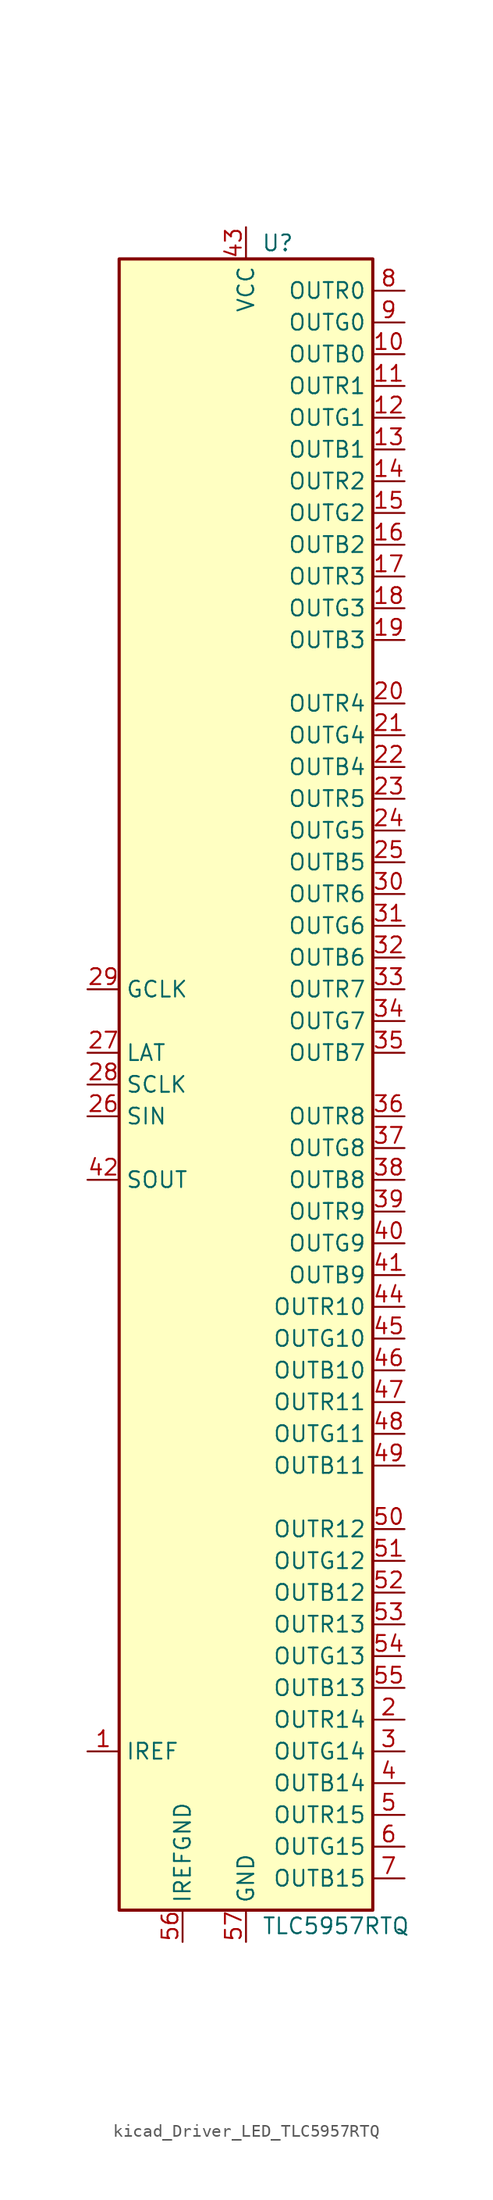
<source format=kicad_sym>
(kicad_symbol_lib
  (version 20220914)
  (generator kicad_symbol_editor)
  (symbol "kicad_Driver_LED_TLC5957RTQ"
    (property "Reference" "U"
      (at 2.54 67.31 0)
      (effects (font (size 1.27 1.27))))
    (property "Value" "TLC5957RTQ"
      (at 1.27 -67.31 0)
      (effects (font (size 1.27 1.27)) (justify left)))
    (symbol "kicad_Driver_LED_TLC5957RTQ_0_1"
      (rectangle (start -10.16 66.04) (end 10.16 -66.04) (stroke (width 0.254) (type default)) (fill (type background)))
      (pin passive line (at -12.7 -53.34 0) (length 2.54) (name "IREF" (effects (font (size 1.27 1.27)))) (number "1" (effects (font (size 1.27 1.27)))))
      (pin open_collector line (at 12.7 58.42 180) (length 2.54) (name "OUTB0" (effects (font (size 1.27 1.27)))) (number "10" (effects (font (size 1.27 1.27)))))
      (pin open_collector line (at 12.7 55.88 180) (length 2.54) (name "OUTR1" (effects (font (size 1.27 1.27)))) (number "11" (effects (font (size 1.27 1.27)))))
      (pin open_collector line (at 12.7 53.34 180) (length 2.54) (name "OUTG1" (effects (font (size 1.27 1.27)))) (number "12" (effects (font (size 1.27 1.27)))))
      (pin open_collector line (at 12.7 50.8 180) (length 2.54) (name "OUTB1" (effects (font (size 1.27 1.27)))) (number "13" (effects (font (size 1.27 1.27)))))
      (pin open_collector line (at 12.7 48.26 180) (length 2.54) (name "OUTR2" (effects (font (size 1.27 1.27)))) (number "14" (effects (font (size 1.27 1.27)))))
      (pin open_collector line (at 12.7 45.72 180) (length 2.54) (name "OUTG2" (effects (font (size 1.27 1.27)))) (number "15" (effects (font (size 1.27 1.27)))))
      (pin open_collector line (at 12.7 43.18 180) (length 2.54) (name "OUTB2" (effects (font (size 1.27 1.27)))) (number "16" (effects (font (size 1.27 1.27)))))
      (pin open_collector line (at 12.7 40.64 180) (length 2.54) (name "OUTR3" (effects (font (size 1.27 1.27)))) (number "17" (effects (font (size 1.27 1.27)))))
      (pin open_collector line (at 12.7 38.1 180) (length 2.54) (name "OUTG3" (effects (font (size 1.27 1.27)))) (number "18" (effects (font (size 1.27 1.27)))))
      (pin open_collector line (at 12.7 35.56 180) (length 2.54) (name "OUTB3" (effects (font (size 1.27 1.27)))) (number "19" (effects (font (size 1.27 1.27)))))
      (pin open_collector line (at 12.7 -50.8 180) (length 2.54) (name "OUTR14" (effects (font (size 1.27 1.27)))) (number "2" (effects (font (size 1.27 1.27)))))
      (pin open_collector line (at 12.7 30.48 180) (length 2.54) (name "OUTR4" (effects (font (size 1.27 1.27)))) (number "20" (effects (font (size 1.27 1.27)))))
      (pin open_collector line (at 12.7 27.94 180) (length 2.54) (name "OUTG4" (effects (font (size 1.27 1.27)))) (number "21" (effects (font (size 1.27 1.27)))))
      (pin open_collector line (at 12.7 25.4 180) (length 2.54) (name "OUTB4" (effects (font (size 1.27 1.27)))) (number "22" (effects (font (size 1.27 1.27)))))
      (pin open_collector line (at 12.7 22.86 180) (length 2.54) (name "OUTR5" (effects (font (size 1.27 1.27)))) (number "23" (effects (font (size 1.27 1.27)))))
      (pin open_collector line (at 12.7 20.32 180) (length 2.54) (name "OUTG5" (effects (font (size 1.27 1.27)))) (number "24" (effects (font (size 1.27 1.27)))))
      (pin open_collector line (at 12.7 17.78 180) (length 2.54) (name "OUTB5" (effects (font (size 1.27 1.27)))) (number "25" (effects (font (size 1.27 1.27)))))
      (pin input line (at -12.7 -2.54 0) (length 2.54) (name "SIN" (effects (font (size 1.27 1.27)))) (number "26" (effects (font (size 1.27 1.27)))))
      (pin input line (at -12.7 2.54 0) (length 2.54) (name "LAT" (effects (font (size 1.27 1.27)))) (number "27" (effects (font (size 1.27 1.27)))))
      (pin input line (at -12.7 0 0) (length 2.54) (name "SCLK" (effects (font (size 1.27 1.27)))) (number "28" (effects (font (size 1.27 1.27)))))
      (pin input line (at -12.7 7.62 0) (length 2.54) (name "GCLK" (effects (font (size 1.27 1.27)))) (number "29" (effects (font (size 1.27 1.27)))))
      (pin open_collector line (at 12.7 -53.34 180) (length 2.54) (name "OUTG14" (effects (font (size 1.27 1.27)))) (number "3" (effects (font (size 1.27 1.27)))))
      (pin open_collector line (at 12.7 15.24 180) (length 2.54) (name "OUTR6" (effects (font (size 1.27 1.27)))) (number "30" (effects (font (size 1.27 1.27)))))
      (pin open_collector line (at 12.7 12.7 180) (length 2.54) (name "OUTG6" (effects (font (size 1.27 1.27)))) (number "31" (effects (font (size 1.27 1.27)))))
      (pin open_collector line (at 12.7 10.16 180) (length 2.54) (name "OUTB6" (effects (font (size 1.27 1.27)))) (number "32" (effects (font (size 1.27 1.27)))))
      (pin open_collector line (at 12.7 7.62 180) (length 2.54) (name "OUTR7" (effects (font (size 1.27 1.27)))) (number "33" (effects (font (size 1.27 1.27)))))
      (pin open_collector line (at 12.7 5.08 180) (length 2.54) (name "OUTG7" (effects (font (size 1.27 1.27)))) (number "34" (effects (font (size 1.27 1.27)))))
      (pin open_collector line (at 12.7 2.54 180) (length 2.54) (name "OUTB7" (effects (font (size 1.27 1.27)))) (number "35" (effects (font (size 1.27 1.27)))))
      (pin open_collector line (at 12.7 -2.54 180) (length 2.54) (name "OUTR8" (effects (font (size 1.27 1.27)))) (number "36" (effects (font (size 1.27 1.27)))))
      (pin open_collector line (at 12.7 -5.08 180) (length 2.54) (name "OUTG8" (effects (font (size 1.27 1.27)))) (number "37" (effects (font (size 1.27 1.27)))))
      (pin open_collector line (at 12.7 -7.62 180) (length 2.54) (name "OUTB8" (effects (font (size 1.27 1.27)))) (number "38" (effects (font (size 1.27 1.27)))))
      (pin open_collector line (at 12.7 -10.16 180) (length 2.54) (name "OUTR9" (effects (font (size 1.27 1.27)))) (number "39" (effects (font (size 1.27 1.27)))))
      (pin open_collector line (at 12.7 -55.88 180) (length 2.54) (name "OUTB14" (effects (font (size 1.27 1.27)))) (number "4" (effects (font (size 1.27 1.27)))))
      (pin open_collector line (at 12.7 -12.7 180) (length 2.54) (name "OUTG9" (effects (font (size 1.27 1.27)))) (number "40" (effects (font (size 1.27 1.27)))))
      (pin open_collector line (at 12.7 -15.24 180) (length 2.54) (name "OUTB9" (effects (font (size 1.27 1.27)))) (number "41" (effects (font (size 1.27 1.27)))))
      (pin power_in line (at 0 68.58 270) (length 2.54) (name "VCC" (effects (font (size 1.27 1.27)))) (number "43" (effects (font (size 1.27 1.27)))))
      (pin open_collector line (at 12.7 -17.78 180) (length 2.54) (name "OUTR10" (effects (font (size 1.27 1.27)))) (number "44" (effects (font (size 1.27 1.27)))))
      (pin open_collector line (at 12.7 -20.32 180) (length 2.54) (name "OUTG10" (effects (font (size 1.27 1.27)))) (number "45" (effects (font (size 1.27 1.27)))))
      (pin open_collector line (at 12.7 -22.86 180) (length 2.54) (name "OUTB10" (effects (font (size 1.27 1.27)))) (number "46" (effects (font (size 1.27 1.27)))))
      (pin open_collector line (at 12.7 -25.4 180) (length 2.54) (name "OUTR11" (effects (font (size 1.27 1.27)))) (number "47" (effects (font (size 1.27 1.27)))))
      (pin open_collector line (at 12.7 -27.94 180) (length 2.54) (name "OUTG11" (effects (font (size 1.27 1.27)))) (number "48" (effects (font (size 1.27 1.27)))))
      (pin open_collector line (at 12.7 -30.48 180) (length 2.54) (name "OUTB11" (effects (font (size 1.27 1.27)))) (number "49" (effects (font (size 1.27 1.27)))))
      (pin open_collector line (at 12.7 -58.42 180) (length 2.54) (name "OUTR15" (effects (font (size 1.27 1.27)))) (number "5" (effects (font (size 1.27 1.27)))))
      (pin open_collector line (at 12.7 -35.56 180) (length 2.54) (name "OUTR12" (effects (font (size 1.27 1.27)))) (number "50" (effects (font (size 1.27 1.27)))))
      (pin open_collector line (at 12.7 -38.1 180) (length 2.54) (name "OUTG12" (effects (font (size 1.27 1.27)))) (number "51" (effects (font (size 1.27 1.27)))))
      (pin open_collector line (at 12.7 -40.64 180) (length 2.54) (name "OUTB12" (effects (font (size 1.27 1.27)))) (number "52" (effects (font (size 1.27 1.27)))))
      (pin open_collector line (at 12.7 -43.18 180) (length 2.54) (name "OUTR13" (effects (font (size 1.27 1.27)))) (number "53" (effects (font (size 1.27 1.27)))))
      (pin open_collector line (at 12.7 -45.72 180) (length 2.54) (name "OUTG13" (effects (font (size 1.27 1.27)))) (number "54" (effects (font (size 1.27 1.27)))))
      (pin open_collector line (at 12.7 -48.26 180) (length 2.54) (name "OUTB13" (effects (font (size 1.27 1.27)))) (number "55" (effects (font (size 1.27 1.27)))))
      (pin power_in line (at -5.08 -68.58 90) (length 2.54) (name "IREFGND" (effects (font (size 1.27 1.27)))) (number "56" (effects (font (size 1.27 1.27)))))
      (pin power_in line (at 0 -68.58 90) (length 2.54) (name "GND" (effects (font (size 1.27 1.27)))) (number "57" (effects (font (size 1.27 1.27)))))
      (pin open_collector line (at 12.7 -60.96 180) (length 2.54) (name "OUTG15" (effects (font (size 1.27 1.27)))) (number "6" (effects (font (size 1.27 1.27)))))
      (pin open_collector line (at 12.7 -63.5 180) (length 2.54) (name "OUTB15" (effects (font (size 1.27 1.27)))) (number "7" (effects (font (size 1.27 1.27)))))
      (pin open_collector line (at 12.7 63.5 180) (length 2.54) (name "OUTR0" (effects (font (size 1.27 1.27)))) (number "8" (effects (font (size 1.27 1.27)))))
      (pin open_collector line (at 12.7 60.96 180) (length 2.54) (name "OUTG0" (effects (font (size 1.27 1.27)))) (number "9" (effects (font (size 1.27 1.27))))))
    (symbol "kicad_Driver_LED_TLC5957RTQ_1_1"
      (pin output line (at -12.7 -7.62 0) (length 2.54) (name "SOUT" (effects (font (size 1.27 1.27)))) (number "42" (effects (font (size 1.27 1.27))))))))
</source>
